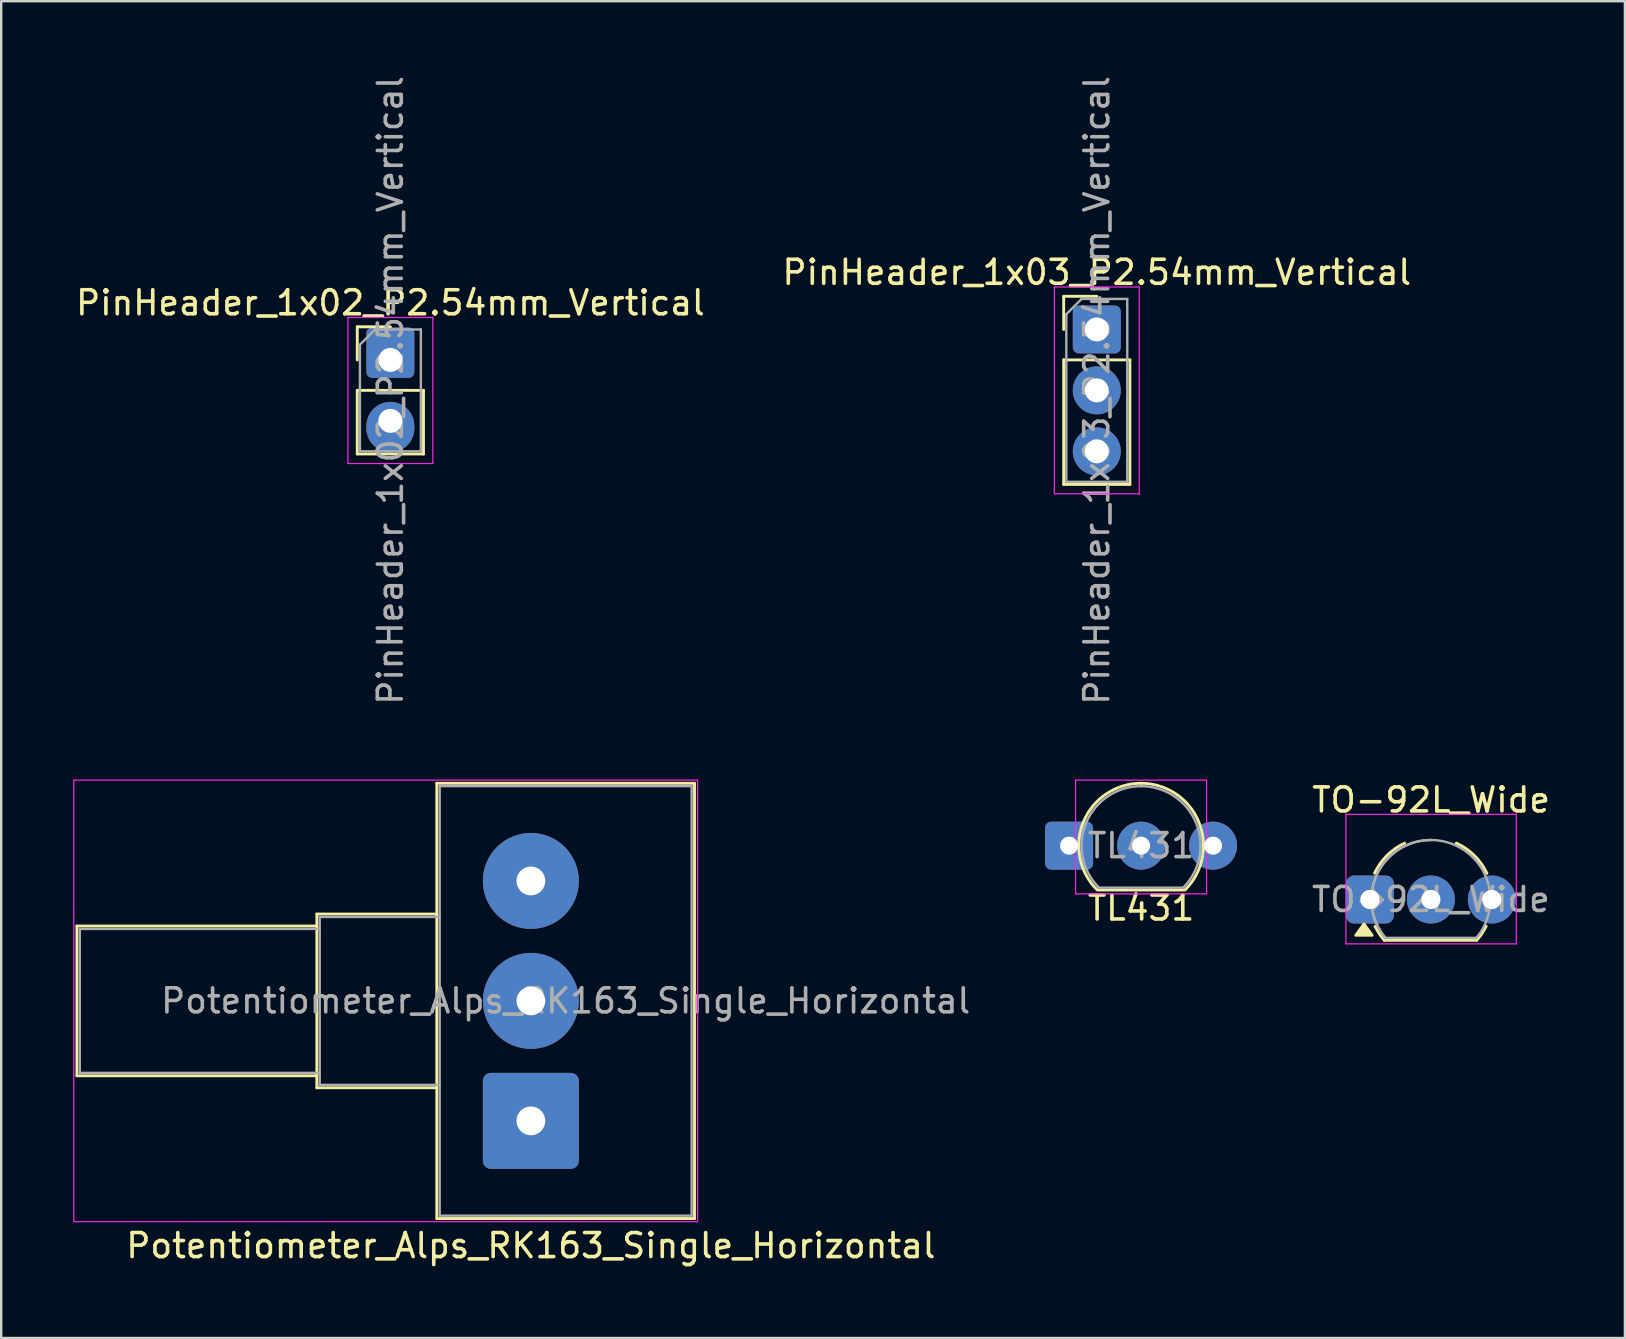
<source format=kicad_pcb>
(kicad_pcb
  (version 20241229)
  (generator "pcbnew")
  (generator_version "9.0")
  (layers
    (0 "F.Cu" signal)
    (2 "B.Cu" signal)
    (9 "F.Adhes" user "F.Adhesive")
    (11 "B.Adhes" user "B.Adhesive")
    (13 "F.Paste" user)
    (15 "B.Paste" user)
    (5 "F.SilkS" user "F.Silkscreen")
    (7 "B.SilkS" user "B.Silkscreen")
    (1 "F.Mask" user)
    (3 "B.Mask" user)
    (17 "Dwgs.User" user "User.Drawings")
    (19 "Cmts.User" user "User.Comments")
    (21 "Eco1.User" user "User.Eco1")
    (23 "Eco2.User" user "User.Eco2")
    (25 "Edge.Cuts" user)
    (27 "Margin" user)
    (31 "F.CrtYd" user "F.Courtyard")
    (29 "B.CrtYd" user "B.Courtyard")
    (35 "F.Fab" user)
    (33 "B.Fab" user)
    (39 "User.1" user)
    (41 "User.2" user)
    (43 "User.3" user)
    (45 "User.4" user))
  (footprint "TL431"
    (layer "F.Cu")
    (at 44.507 32.195)
    (property "Reference" "TL431" (at 0 2.6 0) (layer "F.SilkS") (effects (font (size 1 1) (thickness 0.15))))
    (attr through_hole)
    (fp_line (start -1.8 1.85) (end 1.8 1.85) (stroke (width 0.12) (type solid)) (layer "F.SilkS"))
    (fp_arc (start -1.838478 1.838478) (mid -2.402087 -0.994977) (end 0 -2.6) (stroke (width 0.12) (type solid)) (layer "F.SilkS"))
    (fp_arc (start 0 -2.6) (mid 2.402087 -0.994977) (end 1.838478 1.838478) (stroke (width 0.12) (type solid)) (layer "F.SilkS"))
    (fp_line (start -2.73 -2.73) (end -2.73 2.01) (stroke (width 0.05) (type solid)) (layer "F.CrtYd"))
    (fp_line (start -2.73 -2.73) (end 2.73 -2.73) (stroke (width 0.05) (type solid)) (layer "F.CrtYd"))
    (fp_line (start 2.73 2.01) (end -2.73 2.01) (stroke (width 0.05) (type solid)) (layer "F.CrtYd"))
    (fp_line (start 2.73 2.01) (end 2.73 -2.73) (stroke (width 0.05) (type solid)) (layer "F.CrtYd"))
    (fp_line (start -1.77 1.75) (end 1.73 1.75) (stroke (width 0.1) (type solid)) (layer "F.Fab"))
    (fp_arc (start -1.753625 1.753625) (mid -2.291221 -0.949055) (end 0 -2.48) (stroke (width 0.1) (type solid)) (layer "F.Fab"))
    (fp_arc (start 0 -2.48) (mid 2.291221 -0.949055) (end 1.753625 1.753625) (stroke (width 0.1) (type solid)) (layer "F.Fab"))
    (fp_text user "${REFERENCE}" (at 0 0 0) (layer "F.Fab") (effects (font (size 1 1) (thickness 0.15))))
    (pad "1" thru_hole roundrect (at -3 0) (size 2 2) (drill 0.75) (layers "*.Cu" "*.Mask") (roundrect_rratio 0.125))
    (pad "2" thru_hole circle (at 0 0) (size 2 2) (drill 0.75) (layers "*.Cu" "*.Mask"))
    (pad "3" thru_hole circle (at 3 0) (size 2 2) (drill 0.75) (layers "*.Cu" "*.Mask")))
  (footprint "TO-92L_Wide"
    (layer "F.Cu")
    (at 54.045 34.439)
    (property "Reference" "TO-92L_Wide" (at 2.55 -4.15 0) (layer "F.SilkS") (effects (font (size 1 1) (thickness 0.15))))
    (attr through_hole)
    (fp_line (start 0.6 1.7) (end 4.45 1.7) (stroke (width 0.12) (type solid)) (layer "F.SilkS"))
    (fp_arc (start 0.192226 -1.094786) (mid 0.710119 -1.833613) (end 1.45 -2.35) (stroke (width 0.12) (type solid)) (layer "F.SilkS"))
    (fp_arc (start 0.6 1.7) (mid 0.389183 1.423933) (end 0.217369 1.122045) (stroke (width 0.12) (type solid)) (layer "F.SilkS"))
    (fp_arc (start 3.6 -2.35) (mid 4.351408 -1.834367) (end 4.876463 -1.089513) (stroke (width 0.12) (type solid)) (layer "F.SilkS"))
    (fp_arc (start 4.842383 1.112264) (mid 4.666594 1.419753) (end 4.45 1.7) (stroke (width 0.12) (type solid)) (layer "F.SilkS"))
    (fp_poly (pts (xy -0.25 1.02) (xy 0.09 1.49) (xy -0.59 1.49)) (stroke (width 0.12) (type solid)) (fill yes) (layer "F.SilkS"))
    (fp_line (start -1 -3.55) (end -1 1.85) (stroke (width 0.05) (type solid)) (layer "F.CrtYd"))
    (fp_line (start -1 1.85) (end 6.1 1.85) (stroke (width 0.05) (type solid)) (layer "F.CrtYd"))
    (fp_line (start 6.1 -3.55) (end -1 -3.55) (stroke (width 0.05) (type solid)) (layer "F.CrtYd"))
    (fp_line (start 6.1 1.85) (end 6.1 -3.55) (stroke (width 0.05) (type solid)) (layer "F.CrtYd"))
    (fp_line (start 0.1 -0.43) (end 0.54 0.01) (stroke (width 0.1) (type default)) (layer "F.Fab"))
    (fp_line (start 0.1 0.45) (end 0.54 0.01) (stroke (width 0.1) (type default)) (layer "F.Fab"))
    (fp_line (start 0.65 1.6) (end 4.4 1.6) (stroke (width 0.1) (type solid)) (layer "F.Fab"))
    (fp_arc (start 0.647182 1.602385) (mid 0.290076 -1.043188) (end 2.54 -2.48) (stroke (width 0.1) (type solid)) (layer "F.Fab"))
    (fp_arc (start 0.647182 1.602385) (mid 0.290076 -1.043188) (end 2.54 -2.48) (stroke (width 0.1) (type solid)) (layer "F.Fab"))
    (fp_arc (start 2.54 -2.48) (mid 4.787211 -1.049019) (end 4.441103 1.592547) (stroke (width 0.1) (type solid)) (layer "F.Fab"))
    (fp_text user "${REFERENCE}" (at 2.54 0 0) (layer "F.Fab") (effects (font (size 1 1) (thickness 0.15))))
    (pad "1" thru_hole roundrect (at 0 0) (size 2 2) (drill 0.8) (layers "*.Cu" "*.Mask") (roundrect_rratio 0.167))
    (pad "2" thru_hole circle (at 2.54 0) (size 2 2) (drill 0.8) (layers "*.Cu" "*.Mask"))
    (pad "3" thru_hole circle (at 5.08 0) (size 2 2) (drill 0.8) (layers "*.Cu" "*.Mask")))
  (footprint "PinHeader_1x03_P2.54mm_Vertical"
    (layer "F.Cu")
    (at 42.661 10.68)
    (property "Reference" "PinHeader_1x03_P2.54mm_Vertical" (at 0 -2.38 0) (layer "F.SilkS") (effects (font (size 1 1) (thickness 0.15))))
    (attr through_hole)
    (fp_line (start -1.38 -1.38) (end 0 -1.38) (stroke (width 0.12) (type solid)) (layer "F.SilkS"))
    (fp_line (start -1.38 0) (end -1.38 -1.38) (stroke (width 0.12) (type solid)) (layer "F.SilkS"))
    (fp_line (start -1.38 1.27) (end -1.38 6.46) (stroke (width 0.12) (type solid)) (layer "F.SilkS"))
    (fp_line (start -1.38 1.27) (end 1.38 1.27) (stroke (width 0.12) (type solid)) (layer "F.SilkS"))
    (fp_line (start -1.38 6.46) (end 1.38 6.46) (stroke (width 0.12) (type solid)) (layer "F.SilkS"))
    (fp_line (start 1.38 1.27) (end 1.38 6.46) (stroke (width 0.12) (type solid)) (layer "F.SilkS"))
    (fp_line (start -1.77 -1.77) (end -1.77 6.85) (stroke (width 0.05) (type solid)) (layer "F.CrtYd"))
    (fp_line (start -1.77 6.85) (end 1.77 6.85) (stroke (width 0.05) (type solid)) (layer "F.CrtYd"))
    (fp_line (start 1.77 -1.77) (end -1.77 -1.77) (stroke (width 0.05) (type solid)) (layer "F.CrtYd"))
    (fp_line (start 1.77 6.85) (end 1.77 -1.77) (stroke (width 0.05) (type solid)) (layer "F.CrtYd"))
    (fp_line (start -1.27 -0.635) (end -0.635 -1.27) (stroke (width 0.1) (type solid)) (layer "F.Fab"))
    (fp_line (start -1.27 6.35) (end -1.27 -0.635) (stroke (width 0.1) (type solid)) (layer "F.Fab"))
    (fp_line (start -0.635 -1.27) (end 1.27 -1.27) (stroke (width 0.1) (type solid)) (layer "F.Fab"))
    (fp_line (start 1.27 -1.27) (end 1.27 6.35) (stroke (width 0.1) (type solid)) (layer "F.Fab"))
    (fp_line (start 1.27 6.35) (end -1.27 6.35) (stroke (width 0.1) (type solid)) (layer "F.Fab"))
    (fp_text user "${REFERENCE}" (at 0 2.54 90) (layer "F.Fab") (effects (font (size 1 1) (thickness 0.15))))
    (pad "1" thru_hole roundrect (at 0 0) (size 2 2) (drill 1) (layers "*.Cu" "*.Mask") (roundrect_rratio 0.125))
    (pad "2" thru_hole oval (at 0 2.54) (size 2 2) (drill 1) (layers "*.Cu" "*.Mask"))
    (pad "3" thru_hole circle (at 0 5.08) (size 2 2) (drill 1) (layers "*.Cu" "*.Mask")))
  (footprint "Potentiometer_Alps_RK163_Single_Horizontal"
    (layer "F.Cu")
    (at 19.075 33.665)
    (property "Reference" "Potentiometer_Alps_RK163_Single_Horizontal" (at 0 15.2 180) (layer "F.SilkS") (effects (font (size 1 1) (thickness 0.15))))
    (attr through_hole)
    (fp_line (start -18.92 8.12) (end -18.92 1.88) (stroke (width 0.12) (type solid)) (layer "F.SilkS"))
    (fp_line (start -8.92 1.88) (end -18.92 1.88) (stroke (width 0.12) (type solid)) (layer "F.SilkS"))
    (fp_line (start -8.92 8.12) (end -18.92 8.12) (stroke (width 0.12) (type solid)) (layer "F.SilkS"))
    (fp_line (start -8.92 8.62) (end -8.92 1.38) (stroke (width 0.12) (type solid)) (layer "F.SilkS"))
    (fp_line (start -3.92 1.38) (end -8.92 1.38) (stroke (width 0.12) (type solid)) (layer "F.SilkS"))
    (fp_line (start -3.92 8.62) (end -8.92 8.62) (stroke (width 0.12) (type solid)) (layer "F.SilkS"))
    (fp_line (start -3.92 14.07) (end -3.92 -4.07) (stroke (width 0.12) (type solid)) (layer "F.SilkS"))
    (fp_line (start 6.82 -4.07) (end -3.92 -4.07) (stroke (width 0.12) (type solid)) (layer "F.SilkS"))
    (fp_line (start 6.82 14.07) (end -3.92 14.07) (stroke (width 0.12) (type solid)) (layer "F.SilkS"))
    (fp_line (start 6.82 14.07) (end 6.82 -4.07) (stroke (width 0.12) (type solid)) (layer "F.SilkS"))
    (fp_line (start -19.05 -4.2) (end -19.05 14.2) (stroke (width 0.05) (type solid)) (layer "F.CrtYd"))
    (fp_line (start -19.05 14.2) (end 6.95 14.2) (stroke (width 0.05) (type solid)) (layer "F.CrtYd"))
    (fp_line (start 6.95 -4.2) (end -19.05 -4.2) (stroke (width 0.05) (type solid)) (layer "F.CrtYd"))
    (fp_line (start 6.95 14.2) (end 6.95 -4.2) (stroke (width 0.05) (type solid)) (layer "F.CrtYd"))
    (fp_line (start -18.8 2) (end -18.8 8) (stroke (width 0.1) (type solid)) (layer "F.Fab"))
    (fp_line (start -18.8 8) (end -8.8 8) (stroke (width 0.1) (type solid)) (layer "F.Fab"))
    (fp_line (start -8.8 1.5) (end -8.8 8.5) (stroke (width 0.1) (type solid)) (layer "F.Fab"))
    (fp_line (start -8.8 2) (end -18.8 2) (stroke (width 0.1) (type solid)) (layer "F.Fab"))
    (fp_line (start -8.8 8.5) (end -3.8 8.5) (stroke (width 0.1) (type solid)) (layer "F.Fab"))
    (fp_line (start -3.8 -3.95) (end -3.8 13.95) (stroke (width 0.1) (type solid)) (layer "F.Fab"))
    (fp_line (start -3.8 1.5) (end -8.8 1.5) (stroke (width 0.1) (type solid)) (layer "F.Fab"))
    (fp_line (start -3.8 13.95) (end 6.7 13.95) (stroke (width 0.1) (type solid)) (layer "F.Fab"))
    (fp_line (start 6.7 -3.95) (end -3.8 -3.95) (stroke (width 0.1) (type solid)) (layer "F.Fab"))
    (fp_line (start 6.7 13.95) (end 6.7 -3.95) (stroke (width 0.1) (type solid)) (layer "F.Fab"))
    (fp_text user "${REFERENCE}" (at 1.45 5 180) (layer "F.Fab") (effects (font (size 1 1) (thickness 0.15))))
    (pad "1" thru_hole roundrect (at 0 10 180) (size 4 4) (drill 1.2) (layers "*.Cu" "*.Mask") (roundrect_rratio 0.083))
    (pad "2" thru_hole circle (at 0 0 180) (size 4 4) (drill 1.2) (layers "*.Cu" "*.Mask"))
    (pad "3" thru_hole circle (at 0 5 180) (size 4 4) (drill 1.2) (layers "*.Cu" "*.Mask")))
  (footprint "PinHeader_1x02_P2.54mm_Vertical"
    (layer "F.Cu")
    (at 13.22 13.2)
    (property "Reference" "PinHeader_1x02_P2.54mm_Vertical" (at 0 -3.63 0) (layer "F.SilkS") (effects (font (size 1 1) (thickness 0.15))))
    (attr through_hole)
    (fp_line (start -1.38 -2.63) (end 0 -2.63) (stroke (width 0.12) (type solid)) (layer "F.SilkS"))
    (fp_line (start -1.38 -1.25) (end -1.38 -2.63) (stroke (width 0.12) (type solid)) (layer "F.SilkS"))
    (fp_line (start -1.38 0.02) (end -1.38 2.67) (stroke (width 0.12) (type solid)) (layer "F.SilkS"))
    (fp_line (start -1.38 0.02) (end 1.38 0.02) (stroke (width 0.12) (type solid)) (layer "F.SilkS"))
    (fp_line (start -1.38 2.67) (end 1.38 2.67) (stroke (width 0.12) (type solid)) (layer "F.SilkS"))
    (fp_line (start 1.38 0.02) (end 1.38 2.67) (stroke (width 0.12) (type solid)) (layer "F.SilkS"))
    (fp_line (start -1.77 -3.02) (end -1.77 3.07) (stroke (width 0.05) (type solid)) (layer "F.CrtYd"))
    (fp_line (start -1.77 3.07) (end 1.77 3.07) (stroke (width 0.05) (type solid)) (layer "F.CrtYd"))
    (fp_line (start 1.77 -3.02) (end -1.77 -3.02) (stroke (width 0.05) (type solid)) (layer "F.CrtYd"))
    (fp_line (start 1.77 3.07) (end 1.77 -3.02) (stroke (width 0.05) (type solid)) (layer "F.CrtYd"))
    (fp_line (start -1.27 -1.885) (end -0.635 -2.52) (stroke (width 0.1) (type solid)) (layer "F.Fab"))
    (fp_line (start -1.27 2.56) (end -1.27 -1.885) (stroke (width 0.1) (type solid)) (layer "F.Fab"))
    (fp_line (start -0.635 -2.52) (end 1.27 -2.52) (stroke (width 0.1) (type solid)) (layer "F.Fab"))
    (fp_line (start 1.27 -2.52) (end 1.27 2.56) (stroke (width 0.1) (type solid)) (layer "F.Fab"))
    (fp_line (start 1.27 2.56) (end -1.27 2.56) (stroke (width 0.1) (type solid)) (layer "F.Fab"))
    (fp_text user "${REFERENCE}" (at 0 0.02 90) (layer "F.Fab") (effects (font (size 1 1) (thickness 0.15))))
    (pad "1" thru_hole roundrect (at 0 -1.25) (size 2 2.1) (drill 1 (offset 0 -0.3)) (layers "*.Cu" "*.Mask") (roundrect_rratio 0.119))
    (pad "2" thru_hole oval (at 0 1.29) (size 2 2.1) (drill 1 (offset 0 0.26)) (layers "*.Cu" "*.Mask")))
  (gr_rect
    (start -3 -3)
    (end 64.672 52.714)
    (stroke (width 0.1) (type default))
    (fill no)
    (layer "Edge.Cuts")))
</source>
